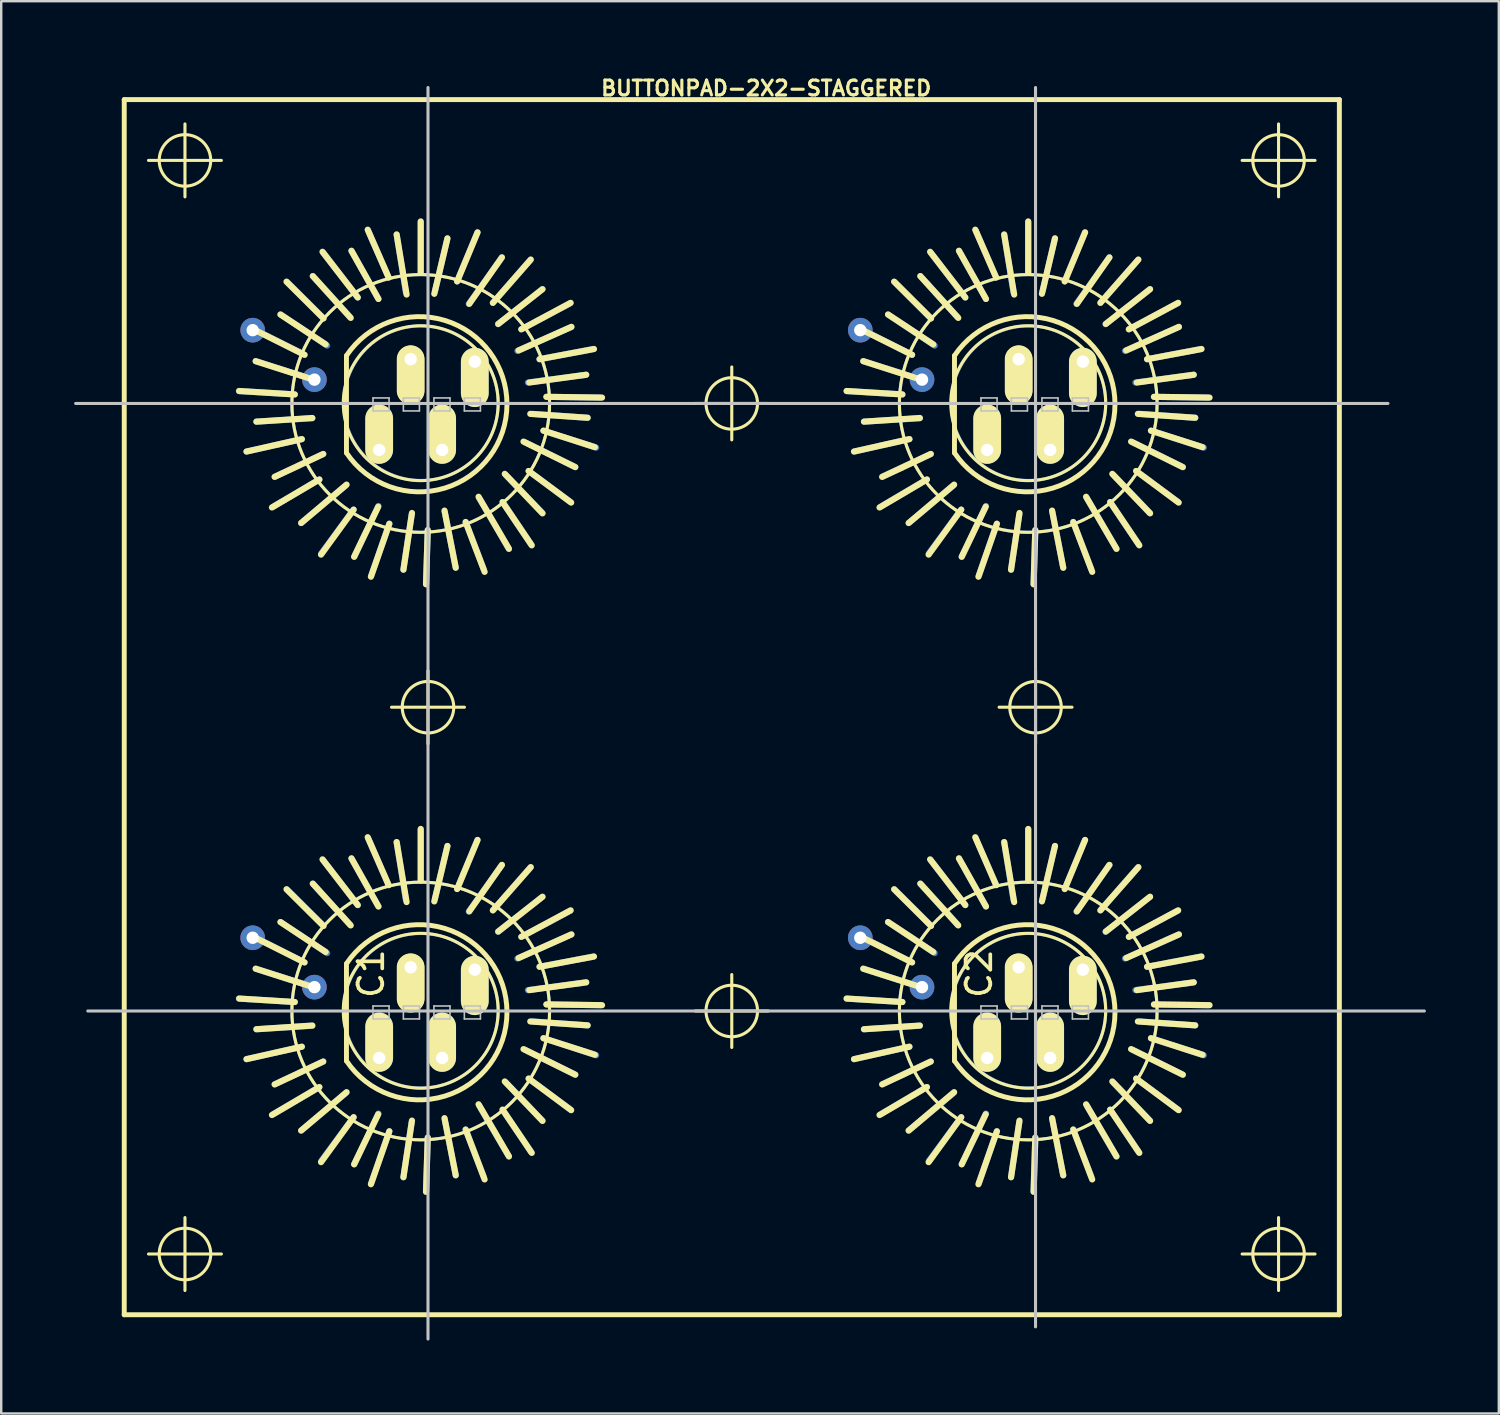
<source format=kicad_pcb>
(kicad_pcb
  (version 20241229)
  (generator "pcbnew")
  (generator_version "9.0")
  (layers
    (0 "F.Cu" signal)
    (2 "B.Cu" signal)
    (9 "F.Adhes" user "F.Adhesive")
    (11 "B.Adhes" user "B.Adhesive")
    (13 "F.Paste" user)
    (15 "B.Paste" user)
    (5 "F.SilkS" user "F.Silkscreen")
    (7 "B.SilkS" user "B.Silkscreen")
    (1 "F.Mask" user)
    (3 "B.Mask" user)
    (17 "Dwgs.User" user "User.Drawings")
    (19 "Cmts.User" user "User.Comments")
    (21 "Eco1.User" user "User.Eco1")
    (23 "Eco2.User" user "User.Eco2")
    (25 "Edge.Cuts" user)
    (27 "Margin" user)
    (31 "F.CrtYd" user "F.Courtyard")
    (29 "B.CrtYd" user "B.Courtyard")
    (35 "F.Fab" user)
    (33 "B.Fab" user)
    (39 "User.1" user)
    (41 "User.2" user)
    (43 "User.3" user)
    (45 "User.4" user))
  (footprint "BUTTONPAD-2X2-STAGGERED"
    (layer "F.Cu")
    (at 2.062 51.049)
    (property "Reference" "BUTTONPAD-2X2-STAGGERED" (at 26.416 -50.47 0) (layer "F.SilkS") (effects (font (size 0.61 0.61) (thickness 0.127))))
    (attr exclude_from_pos_files exclude_from_bom)
    (fp_line (start 4.719 -38.009) (end 7.018 -37.869) (stroke (width 0.254) (type solid)) (layer "B.Cu"))
    (fp_line (start 4.719 -13.01) (end 7.018 -12.868) (stroke (width 0.254) (type solid)) (layer "B.Cu"))
    (fp_line (start 5.039 -35.519) (end 7.308 -36.03) (stroke (width 0.254) (type solid)) (layer "B.Cu"))
    (fp_line (start 5.039 -10.518) (end 7.308 -11.029) (stroke (width 0.254) (type solid)) (layer "B.Cu"))
    (fp_line (start 5.359 -40.538) (end 7.419 -39.5) (stroke (width 0.254) (type solid)) (layer "B.Cu"))
    (fp_line (start 5.359 -15.54) (end 7.419 -14.498) (stroke (width 0.254) (type solid)) (layer "B.Cu"))
    (fp_line (start 6.129 -33.249) (end 8.029 -34.369) (stroke (width 0.254) (type solid)) (layer "B.Cu"))
    (fp_line (start 6.129 -8.25) (end 8.029 -9.368) (stroke (width 0.254) (type solid)) (layer "B.Cu"))
    (fp_line (start 6.698 -42.499) (end 8.199 -40.998) (stroke (width 0.254) (type solid)) (layer "B.Cu"))
    (fp_line (start 6.698 -17.498) (end 8.199 -15.999) (stroke (width 0.254) (type solid)) (layer "B.Cu"))
    (fp_line (start 7.739 -38.499) (end 5.408 -39.238) (stroke (width 0.254) (type solid)) (layer "B.Cu"))
    (fp_line (start 7.739 -36.888) (end 5.438 -36.749) (stroke (width 0.254) (type solid)) (layer "B.Cu"))
    (fp_line (start 7.739 -13.498) (end 5.408 -14.239) (stroke (width 0.254) (type solid)) (layer "B.Cu"))
    (fp_line (start 7.739 -11.89) (end 5.438 -11.748) (stroke (width 0.254) (type solid)) (layer "B.Cu"))
    (fp_line (start 8.108 -31.328) (end 9.439 -33.129) (stroke (width 0.254) (type solid)) (layer "B.Cu"))
    (fp_line (start 8.108 -6.33) (end 9.439 -8.128) (stroke (width 0.254) (type solid)) (layer "B.Cu"))
    (fp_line (start 8.189 -43.698) (end 9.609 -41.859) (stroke (width 0.254) (type solid)) (layer "B.Cu"))
    (fp_line (start 8.189 -35.418) (end 6.19 -34.478) (stroke (width 0.254) (type solid)) (layer "B.Cu"))
    (fp_line (start 8.189 -18.699) (end 9.609 -16.858) (stroke (width 0.254) (type solid)) (layer "B.Cu"))
    (fp_line (start 8.189 -10.419) (end 6.19 -9.479) (stroke (width 0.254) (type solid)) (layer "B.Cu"))
    (fp_line (start 8.349 -39.878) (end 6.429 -41.158) (stroke (width 0.254) (type solid)) (layer "B.Cu"))
    (fp_line (start 8.349 -14.879) (end 6.429 -16.159) (stroke (width 0.254) (type solid)) (layer "B.Cu"))
    (fp_line (start 9.129 -34.13) (end 7.28 -32.578) (stroke (width 0.254) (type solid)) (layer "B.Cu"))
    (fp_line (start 9.129 -9.129) (end 7.28 -7.579) (stroke (width 0.254) (type solid)) (layer "B.Cu"))
    (fp_line (start 9.289 -41.049) (end 7.76 -42.738) (stroke (width 0.254) (type solid)) (layer "B.Cu"))
    (fp_line (start 9.289 -16.048) (end 7.76 -17.739) (stroke (width 0.254) (type solid)) (layer "B.Cu"))
    (fp_line (start 10.038 -44.607) (end 10.879 -42.68) (stroke (width 0.254) (type solid)) (layer "B.Cu"))
    (fp_line (start 10.038 -19.609) (end 10.879 -17.678) (stroke (width 0.254) (type solid)) (layer "B.Cu"))
    (fp_line (start 10.168 -30.419) (end 10.909 -32.548) (stroke (width 0.254) (type solid)) (layer "B.Cu"))
    (fp_line (start 10.168 -5.418) (end 10.909 -7.549) (stroke (width 0.254) (type solid)) (layer "B.Cu"))
    (fp_line (start 10.46 -41.798) (end 9.35 -43.779) (stroke (width 0.254) (type solid)) (layer "B.Cu"))
    (fp_line (start 10.46 -33.279) (end 9.469 -31.189) (stroke (width 0.254) (type solid)) (layer "B.Cu"))
    (fp_line (start 10.46 -16.8) (end 9.35 -18.778) (stroke (width 0.254) (type solid)) (layer "B.Cu"))
    (fp_line (start 10.46 -8.278) (end 9.469 -6.19) (stroke (width 0.254) (type solid)) (layer "B.Cu"))
    (fp_line (start 10.49 -35.585) (end 10.49 -36.881) (stroke (width 1.143) (type solid)) (layer "B.Cu"))
    (fp_line (start 10.49 -10.566) (end 10.49 -11.862) (stroke (width 1.143) (type solid)) (layer "B.Cu"))
    (fp_line (start 11.587 -42.067) (end 11.209 -44.45) (stroke (width 0.254) (type solid)) (layer "B.Cu"))
    (fp_line (start 11.587 -17.069) (end 11.209 -19.449) (stroke (width 0.254) (type solid)) (layer "B.Cu"))
    (fp_line (start 11.829 -32.929) (end 11.488 -30.658) (stroke (width 0.254) (type solid)) (layer "B.Cu"))
    (fp_line (start 11.829 -7.93) (end 11.488 -5.659) (stroke (width 0.254) (type solid)) (layer "B.Cu"))
    (fp_line (start 12.2 -44.958) (end 12.2 -42.868) (stroke (width 0.254) (type solid)) (layer "B.Cu"))
    (fp_line (start 12.2 -19.959) (end 12.2 -17.869) (stroke (width 0.254) (type solid)) (layer "B.Cu"))
    (fp_line (start 12.418 -30.058) (end 12.489 -32.288) (stroke (width 0.254) (type solid)) (layer "B.Cu"))
    (fp_line (start 12.418 -5.06) (end 12.489 -7.29) (stroke (width 0.254) (type solid)) (layer "B.Cu"))
    (fp_line (start 12.789 -42.118) (end 13.299 -44.29) (stroke (width 0.254) (type solid)) (layer "B.Cu"))
    (fp_line (start 12.789 -17.12) (end 13.299 -19.289) (stroke (width 0.254) (type solid)) (layer "B.Cu"))
    (fp_line (start 13.081 -35.585) (end 13.081 -36.881) (stroke (width 1.143) (type solid)) (layer "B.Cu"))
    (fp_line (start 13.081 -10.566) (end 13.081 -11.862) (stroke (width 1.143) (type solid)) (layer "B.Cu"))
    (fp_line (start 13.188 -33.038) (end 13.64 -30.739) (stroke (width 0.254) (type solid)) (layer "B.Cu"))
    (fp_line (start 13.188 -8.039) (end 13.64 -5.738) (stroke (width 0.254) (type solid)) (layer "B.Cu"))
    (fp_line (start 14.178 -41.59) (end 15.54 -43.508) (stroke (width 0.254) (type solid)) (layer "B.Cu"))
    (fp_line (start 14.178 -16.589) (end 15.54 -18.509) (stroke (width 0.254) (type solid)) (layer "B.Cu"))
    (fp_line (start 14.425 -37.922) (end 14.425 -39.218) (stroke (width 1.143) (type solid)) (layer "B.Cu"))
    (fp_line (start 14.425 -12.903) (end 14.425 -14.199) (stroke (width 1.143) (type solid)) (layer "B.Cu"))
    (fp_line (start 14.529 -44.529) (end 13.698 -42.52) (stroke (width 0.254) (type solid)) (layer "B.Cu"))
    (fp_line (start 14.529 -19.528) (end 13.698 -17.518) (stroke (width 0.254) (type solid)) (layer "B.Cu"))
    (fp_line (start 14.608 -33.599) (end 15.829 -31.509) (stroke (width 0.254) (type solid)) (layer "B.Cu"))
    (fp_line (start 14.608 -8.598) (end 15.829 -6.507) (stroke (width 0.254) (type solid)) (layer "B.Cu"))
    (fp_line (start 14.788 -30.688) (end 14.049 -32.619) (stroke (width 0.254) (type solid)) (layer "B.Cu"))
    (fp_line (start 14.788 -5.69) (end 14.049 -7.62) (stroke (width 0.254) (type solid)) (layer "B.Cu"))
    (fp_line (start 15.38 -40.759) (end 17.209 -42.2) (stroke (width 0.254) (type solid)) (layer "B.Cu"))
    (fp_line (start 15.38 -15.758) (end 17.209 -17.198) (stroke (width 0.254) (type solid)) (layer "B.Cu"))
    (fp_line (start 15.7 -34.559) (end 17.209 -32.979) (stroke (width 0.254) (type solid)) (layer "B.Cu"))
    (fp_line (start 15.7 -9.558) (end 17.209 -7.978) (stroke (width 0.254) (type solid)) (layer "B.Cu"))
    (fp_line (start 16.18 -39.66) (end 18.4 -40.648) (stroke (width 0.254) (type solid)) (layer "B.Cu"))
    (fp_line (start 16.18 -14.658) (end 18.4 -15.649) (stroke (width 0.254) (type solid)) (layer "B.Cu"))
    (fp_line (start 16.5 -35.898) (end 18.56 -34.879) (stroke (width 0.254) (type solid)) (layer "B.Cu"))
    (fp_line (start 16.5 -10.899) (end 18.56 -9.878) (stroke (width 0.254) (type solid)) (layer "B.Cu"))
    (fp_line (start 16.609 -38.359) (end 19.009 -38.679) (stroke (width 0.254) (type solid)) (layer "B.Cu"))
    (fp_line (start 16.609 -13.358) (end 19.009 -13.678) (stroke (width 0.254) (type solid)) (layer "B.Cu"))
    (fp_line (start 16.718 -43.409) (end 15.169 -41.638) (stroke (width 0.254) (type solid)) (layer "B.Cu"))
    (fp_line (start 16.718 -18.41) (end 15.169 -16.64) (stroke (width 0.254) (type solid)) (layer "B.Cu"))
    (fp_line (start 16.739 -31.699) (end 15.568 -33.439) (stroke (width 0.254) (type solid)) (layer "B.Cu"))
    (fp_line (start 16.739 -6.698) (end 15.568 -8.438) (stroke (width 0.254) (type solid)) (layer "B.Cu"))
    (fp_line (start 16.8 -37.069) (end 19.068 -36.909) (stroke (width 0.254) (type solid)) (layer "B.Cu"))
    (fp_line (start 16.8 -12.068) (end 19.068 -11.908) (stroke (width 0.254) (type solid)) (layer "B.Cu"))
    (fp_line (start 18.349 -41.618) (end 16.34 -40.549) (stroke (width 0.254) (type solid)) (layer "B.Cu"))
    (fp_line (start 18.349 -16.619) (end 16.34 -15.55) (stroke (width 0.254) (type solid)) (layer "B.Cu"))
    (fp_line (start 18.369 -33.439) (end 16.64 -34.719) (stroke (width 0.254) (type solid)) (layer "B.Cu"))
    (fp_line (start 18.369 -8.438) (end 16.64 -9.718) (stroke (width 0.254) (type solid)) (layer "B.Cu"))
    (fp_line (start 19.309 -39.738) (end 17.089 -39.319) (stroke (width 0.254) (type solid)) (layer "B.Cu"))
    (fp_line (start 19.309 -14.74) (end 17.089 -14.318) (stroke (width 0.254) (type solid)) (layer "B.Cu"))
    (fp_line (start 19.418 -35.679) (end 17.249 -36.378) (stroke (width 0.254) (type solid)) (layer "B.Cu"))
    (fp_line (start 19.418 -10.678) (end 17.249 -11.379) (stroke (width 0.254) (type solid)) (layer "B.Cu"))
    (fp_line (start 19.578 -37.739) (end 17.379 -37.77) (stroke (width 0.254) (type solid)) (layer "B.Cu"))
    (fp_line (start 19.578 -12.738) (end 17.379 -12.769) (stroke (width 0.254) (type solid)) (layer "B.Cu"))
    (fp_line (start 29.718 -38.009) (end 32.019 -37.869) (stroke (width 0.254) (type solid)) (layer "B.Cu"))
    (fp_line (start 29.718 -13.01) (end 32.019 -12.868) (stroke (width 0.254) (type solid)) (layer "B.Cu"))
    (fp_line (start 30.038 -35.519) (end 32.309 -36.03) (stroke (width 0.254) (type solid)) (layer "B.Cu"))
    (fp_line (start 30.038 -10.518) (end 32.309 -11.029) (stroke (width 0.254) (type solid)) (layer "B.Cu"))
    (fp_line (start 30.358 -40.538) (end 32.418 -39.5) (stroke (width 0.254) (type solid)) (layer "B.Cu"))
    (fp_line (start 30.358 -15.54) (end 32.418 -14.498) (stroke (width 0.254) (type solid)) (layer "B.Cu"))
    (fp_line (start 31.128 -33.249) (end 33.028 -34.369) (stroke (width 0.254) (type solid)) (layer "B.Cu"))
    (fp_line (start 31.128 -8.25) (end 33.028 -9.368) (stroke (width 0.254) (type solid)) (layer "B.Cu"))
    (fp_line (start 31.699 -42.499) (end 33.198 -40.998) (stroke (width 0.254) (type solid)) (layer "B.Cu"))
    (fp_line (start 31.699 -17.498) (end 33.198 -15.999) (stroke (width 0.254) (type solid)) (layer "B.Cu"))
    (fp_line (start 32.738 -38.499) (end 30.409 -39.238) (stroke (width 0.254) (type solid)) (layer "B.Cu"))
    (fp_line (start 32.738 -36.888) (end 30.439 -36.749) (stroke (width 0.254) (type solid)) (layer "B.Cu"))
    (fp_line (start 32.738 -13.498) (end 30.409 -14.239) (stroke (width 0.254) (type solid)) (layer "B.Cu"))
    (fp_line (start 32.738 -11.89) (end 30.439 -11.748) (stroke (width 0.254) (type solid)) (layer "B.Cu"))
    (fp_line (start 33.109 -31.328) (end 34.44 -33.129) (stroke (width 0.254) (type solid)) (layer "B.Cu"))
    (fp_line (start 33.109 -6.33) (end 34.44 -8.128) (stroke (width 0.254) (type solid)) (layer "B.Cu"))
    (fp_line (start 33.188 -43.698) (end 34.608 -41.859) (stroke (width 0.254) (type solid)) (layer "B.Cu"))
    (fp_line (start 33.188 -35.418) (end 31.189 -34.478) (stroke (width 0.254) (type solid)) (layer "B.Cu"))
    (fp_line (start 33.188 -18.699) (end 34.608 -16.858) (stroke (width 0.254) (type solid)) (layer "B.Cu"))
    (fp_line (start 33.188 -10.419) (end 31.189 -9.479) (stroke (width 0.254) (type solid)) (layer "B.Cu"))
    (fp_line (start 33.348 -39.878) (end 31.43 -41.158) (stroke (width 0.254) (type solid)) (layer "B.Cu"))
    (fp_line (start 33.348 -14.879) (end 31.43 -16.159) (stroke (width 0.254) (type solid)) (layer "B.Cu"))
    (fp_line (start 34.13 -34.13) (end 32.278 -32.578) (stroke (width 0.254) (type solid)) (layer "B.Cu"))
    (fp_line (start 34.13 -9.129) (end 32.278 -7.579) (stroke (width 0.254) (type solid)) (layer "B.Cu"))
    (fp_line (start 34.29 -41.049) (end 32.758 -42.738) (stroke (width 0.254) (type solid)) (layer "B.Cu"))
    (fp_line (start 34.29 -16.048) (end 32.758 -17.739) (stroke (width 0.254) (type solid)) (layer "B.Cu"))
    (fp_line (start 35.039 -44.607) (end 35.877 -42.68) (stroke (width 0.254) (type solid)) (layer "B.Cu"))
    (fp_line (start 35.039 -19.609) (end 35.877 -17.678) (stroke (width 0.254) (type solid)) (layer "B.Cu"))
    (fp_line (start 35.169 -30.419) (end 35.908 -32.548) (stroke (width 0.254) (type solid)) (layer "B.Cu"))
    (fp_line (start 35.169 -5.418) (end 35.908 -7.549) (stroke (width 0.254) (type solid)) (layer "B.Cu"))
    (fp_line (start 35.458 -41.798) (end 34.348 -43.779) (stroke (width 0.254) (type solid)) (layer "B.Cu"))
    (fp_line (start 35.458 -33.279) (end 34.468 -31.189) (stroke (width 0.254) (type solid)) (layer "B.Cu"))
    (fp_line (start 35.458 -16.8) (end 34.348 -18.778) (stroke (width 0.254) (type solid)) (layer "B.Cu"))
    (fp_line (start 35.458 -8.278) (end 34.468 -6.19) (stroke (width 0.254) (type solid)) (layer "B.Cu"))
    (fp_line (start 35.509 -35.585) (end 35.509 -36.881) (stroke (width 1.143) (type solid)) (layer "B.Cu"))
    (fp_line (start 35.509 -10.566) (end 35.509 -11.862) (stroke (width 1.143) (type solid)) (layer "B.Cu"))
    (fp_line (start 36.589 -42.067) (end 36.208 -44.45) (stroke (width 0.254) (type solid)) (layer "B.Cu"))
    (fp_line (start 36.589 -17.069) (end 36.208 -19.449) (stroke (width 0.254) (type solid)) (layer "B.Cu"))
    (fp_line (start 36.83 -32.929) (end 36.49 -30.658) (stroke (width 0.254) (type solid)) (layer "B.Cu"))
    (fp_line (start 36.83 -7.93) (end 36.49 -5.659) (stroke (width 0.254) (type solid)) (layer "B.Cu"))
    (fp_line (start 37.198 -44.958) (end 37.198 -42.868) (stroke (width 0.254) (type solid)) (layer "B.Cu"))
    (fp_line (start 37.198 -19.959) (end 37.198 -17.869) (stroke (width 0.254) (type solid)) (layer "B.Cu"))
    (fp_line (start 37.419 -30.058) (end 37.488 -32.288) (stroke (width 0.254) (type solid)) (layer "B.Cu"))
    (fp_line (start 37.419 -5.06) (end 37.488 -7.29) (stroke (width 0.254) (type solid)) (layer "B.Cu"))
    (fp_line (start 37.788 -42.118) (end 38.298 -44.29) (stroke (width 0.254) (type solid)) (layer "B.Cu"))
    (fp_line (start 37.788 -17.12) (end 38.298 -19.289) (stroke (width 0.254) (type solid)) (layer "B.Cu"))
    (fp_line (start 38.1 -35.585) (end 38.1 -36.881) (stroke (width 1.143) (type solid)) (layer "B.Cu"))
    (fp_line (start 38.1 -10.566) (end 38.1 -11.862) (stroke (width 1.143) (type solid)) (layer "B.Cu"))
    (fp_line (start 38.189 -33.038) (end 38.638 -30.739) (stroke (width 0.254) (type solid)) (layer "B.Cu"))
    (fp_line (start 38.189 -8.039) (end 38.638 -5.738) (stroke (width 0.254) (type solid)) (layer "B.Cu"))
    (fp_line (start 39.179 -41.59) (end 40.538 -43.508) (stroke (width 0.254) (type solid)) (layer "B.Cu"))
    (fp_line (start 39.179 -16.589) (end 40.538 -18.509) (stroke (width 0.254) (type solid)) (layer "B.Cu"))
    (fp_line (start 39.446 -37.922) (end 39.446 -39.218) (stroke (width 1.143) (type solid)) (layer "B.Cu"))
    (fp_line (start 39.446 -12.903) (end 39.446 -14.199) (stroke (width 1.143) (type solid)) (layer "B.Cu"))
    (fp_line (start 39.527 -44.529) (end 38.699 -42.52) (stroke (width 0.254) (type solid)) (layer "B.Cu"))
    (fp_line (start 39.527 -19.528) (end 38.699 -17.518) (stroke (width 0.254) (type solid)) (layer "B.Cu"))
    (fp_line (start 39.609 -33.599) (end 40.828 -31.509) (stroke (width 0.254) (type solid)) (layer "B.Cu"))
    (fp_line (start 39.609 -8.598) (end 40.828 -6.507) (stroke (width 0.254) (type solid)) (layer "B.Cu"))
    (fp_line (start 39.789 -30.688) (end 39.05 -32.619) (stroke (width 0.254) (type solid)) (layer "B.Cu"))
    (fp_line (start 39.789 -5.69) (end 39.05 -7.62) (stroke (width 0.254) (type solid)) (layer "B.Cu"))
    (fp_line (start 40.378 -40.759) (end 42.21 -42.2) (stroke (width 0.254) (type solid)) (layer "B.Cu"))
    (fp_line (start 40.378 -15.758) (end 42.21 -17.198) (stroke (width 0.254) (type solid)) (layer "B.Cu"))
    (fp_line (start 40.698 -34.559) (end 42.21 -32.979) (stroke (width 0.254) (type solid)) (layer "B.Cu"))
    (fp_line (start 40.698 -9.558) (end 42.21 -7.978) (stroke (width 0.254) (type solid)) (layer "B.Cu"))
    (fp_line (start 41.178 -39.66) (end 43.398 -40.648) (stroke (width 0.254) (type solid)) (layer "B.Cu"))
    (fp_line (start 41.178 -14.658) (end 43.398 -15.649) (stroke (width 0.254) (type solid)) (layer "B.Cu"))
    (fp_line (start 41.499 -35.898) (end 43.558 -34.879) (stroke (width 0.254) (type solid)) (layer "B.Cu"))
    (fp_line (start 41.499 -10.899) (end 43.558 -9.878) (stroke (width 0.254) (type solid)) (layer "B.Cu"))
    (fp_line (start 41.608 -38.359) (end 44.008 -38.679) (stroke (width 0.254) (type solid)) (layer "B.Cu"))
    (fp_line (start 41.608 -13.358) (end 44.008 -13.678) (stroke (width 0.254) (type solid)) (layer "B.Cu"))
    (fp_line (start 41.719 -43.409) (end 40.168 -41.638) (stroke (width 0.254) (type solid)) (layer "B.Cu"))
    (fp_line (start 41.719 -18.41) (end 40.168 -16.64) (stroke (width 0.254) (type solid)) (layer "B.Cu"))
    (fp_line (start 41.74 -31.699) (end 40.569 -33.439) (stroke (width 0.254) (type solid)) (layer "B.Cu"))
    (fp_line (start 41.74 -6.698) (end 40.569 -8.438) (stroke (width 0.254) (type solid)) (layer "B.Cu"))
    (fp_line (start 41.798 -37.069) (end 44.069 -36.909) (stroke (width 0.254) (type solid)) (layer "B.Cu"))
    (fp_line (start 41.798 -12.068) (end 44.069 -11.908) (stroke (width 0.254) (type solid)) (layer "B.Cu"))
    (fp_line (start 43.348 -41.618) (end 41.339 -40.549) (stroke (width 0.254) (type solid)) (layer "B.Cu"))
    (fp_line (start 43.348 -16.619) (end 41.339 -15.55) (stroke (width 0.254) (type solid)) (layer "B.Cu"))
    (fp_line (start 43.368 -33.439) (end 41.638 -34.719) (stroke (width 0.254) (type solid)) (layer "B.Cu"))
    (fp_line (start 43.368 -8.438) (end 41.638 -9.718) (stroke (width 0.254) (type solid)) (layer "B.Cu"))
    (fp_line (start 44.308 -39.738) (end 42.088 -39.319) (stroke (width 0.254) (type solid)) (layer "B.Cu"))
    (fp_line (start 44.308 -14.74) (end 42.088 -14.318) (stroke (width 0.254) (type solid)) (layer "B.Cu"))
    (fp_line (start 44.42 -35.679) (end 42.248 -36.378) (stroke (width 0.254) (type solid)) (layer "B.Cu"))
    (fp_line (start 44.42 -10.678) (end 42.248 -11.379) (stroke (width 0.254) (type solid)) (layer "B.Cu"))
    (fp_line (start 44.58 -37.739) (end 42.38 -37.77) (stroke (width 0.254) (type solid)) (layer "B.Cu"))
    (fp_line (start 44.58 -12.738) (end 42.38 -12.769) (stroke (width 0.254) (type solid)) (layer "B.Cu"))
    (fp_circle (center 12.2 -37.498) (end 15.949 -41.247) (stroke (width 0.127) (type solid)) (fill no) (layer "B.Cu"))
    (fp_circle (center 12.2 -12.499) (end 15.949 -16.248) (stroke (width 0.127) (type solid)) (fill no) (layer "B.Cu"))
    (fp_circle (center 12.21 -37.508) (end 14.458 -39.756) (stroke (width 0.127) (type solid)) (fill no) (layer "B.Cu"))
    (fp_circle (center 12.21 -12.509) (end 14.458 -14.757) (stroke (width 0.127) (type solid)) (fill no) (layer "B.Cu"))
    (fp_circle (center 37.198 -37.498) (end 40.947 -41.247) (stroke (width 0.127) (type solid)) (fill no) (layer "B.Cu"))
    (fp_circle (center 37.198 -12.499) (end 40.947 -16.248) (stroke (width 0.127) (type solid)) (fill no) (layer "B.Cu"))
    (fp_circle (center 37.208 -37.508) (end 39.456 -39.756) (stroke (width 0.127) (type solid)) (fill no) (layer "B.Cu"))
    (fp_circle (center 37.208 -12.509) (end 39.456 -14.757) (stroke (width 0.127) (type solid)) (fill no) (layer "B.Cu"))
    (fp_line (start 0 -50) (end 50 -50) (stroke (width 0.203) (type solid)) (layer "F.SilkS"))
    (fp_line (start 0 0) (end 0 -50) (stroke (width 0.203) (type solid)) (layer "F.SilkS"))
    (fp_line (start 0.998 -47.498) (end 3.998 -47.498) (stroke (width 0.127) (type solid)) (layer "F.SilkS"))
    (fp_line (start 0.998 -2.499) (end 3.998 -2.499) (stroke (width 0.127) (type solid)) (layer "F.SilkS"))
    (fp_line (start 2.499 -45.999) (end 2.499 -48.999) (stroke (width 0.127) (type solid)) (layer "F.SilkS"))
    (fp_line (start 2.499 -0.998) (end 2.499 -3.998) (stroke (width 0.127) (type solid)) (layer "F.SilkS"))
    (fp_line (start 4.729 -38.009) (end 7.018 -37.869) (stroke (width 0.254) (type solid)) (layer "F.SilkS"))
    (fp_line (start 4.729 -13.01) (end 7.018 -12.868) (stroke (width 0.254) (type solid)) (layer "F.SilkS"))
    (fp_line (start 5.359 -40.528) (end 7.419 -39.5) (stroke (width 0.254) (type solid)) (layer "F.SilkS"))
    (fp_line (start 5.359 -15.53) (end 7.419 -14.498) (stroke (width 0.254) (type solid)) (layer "F.SilkS"))
    (fp_line (start 5.408 -39.238) (end 7.777 -38.478) (stroke (width 0.254) (type solid)) (layer "F.SilkS"))
    (fp_line (start 5.408 -14.239) (end 7.777 -13.48) (stroke (width 0.254) (type solid)) (layer "F.SilkS"))
    (fp_line (start 5.438 -36.749) (end 7.739 -36.899) (stroke (width 0.254) (type solid)) (layer "F.SilkS"))
    (fp_line (start 5.438 -11.748) (end 7.739 -11.9) (stroke (width 0.254) (type solid)) (layer "F.SilkS"))
    (fp_line (start 6.078 -33.218) (end 8.029 -34.369) (stroke (width 0.254) (type solid)) (layer "F.SilkS"))
    (fp_line (start 6.078 -8.219) (end 8.029 -9.368) (stroke (width 0.254) (type solid)) (layer "F.SilkS"))
    (fp_line (start 6.19 -34.478) (end 8.189 -35.418) (stroke (width 0.254) (type solid)) (layer "F.SilkS"))
    (fp_line (start 6.19 -9.479) (end 8.189 -10.419) (stroke (width 0.254) (type solid)) (layer "F.SilkS"))
    (fp_line (start 6.429 -41.158) (end 8.288 -39.929) (stroke (width 0.254) (type solid)) (layer "F.SilkS"))
    (fp_line (start 6.429 -16.159) (end 8.288 -14.928) (stroke (width 0.254) (type solid)) (layer "F.SilkS"))
    (fp_line (start 6.678 -42.509) (end 8.199 -40.998) (stroke (width 0.254) (type solid)) (layer "F.SilkS"))
    (fp_line (start 6.678 -17.508) (end 8.199 -15.999) (stroke (width 0.254) (type solid)) (layer "F.SilkS"))
    (fp_line (start 7.308 -36.03) (end 5.029 -35.519) (stroke (width 0.254) (type solid)) (layer "F.SilkS"))
    (fp_line (start 7.308 -11.029) (end 5.029 -10.518) (stroke (width 0.254) (type solid)) (layer "F.SilkS"))
    (fp_line (start 7.76 -42.738) (end 9.319 -41.018) (stroke (width 0.254) (type solid)) (layer "F.SilkS"))
    (fp_line (start 7.76 -17.739) (end 9.319 -16.02) (stroke (width 0.254) (type solid)) (layer "F.SilkS"))
    (fp_line (start 8.158 -43.739) (end 9.609 -41.859) (stroke (width 0.254) (type solid)) (layer "F.SilkS"))
    (fp_line (start 8.158 -18.738) (end 9.609 -16.858) (stroke (width 0.254) (type solid)) (layer "F.SilkS"))
    (fp_line (start 9.144 -39.464) (end 9.144 -35.463) (stroke (width 0.203) (type solid)) (layer "F.SilkS"))
    (fp_line (start 9.144 -14.445) (end 9.144 -10.444) (stroke (width 0.203) (type solid)) (layer "F.SilkS"))
    (fp_line (start 9.149 -34.158) (end 7.28 -32.578) (stroke (width 0.254) (type solid)) (layer "F.SilkS"))
    (fp_line (start 9.149 -9.159) (end 7.28 -7.579) (stroke (width 0.254) (type solid)) (layer "F.SilkS"))
    (fp_line (start 9.35 -43.779) (end 10.46 -41.798) (stroke (width 0.254) (type solid)) (layer "F.SilkS"))
    (fp_line (start 9.35 -18.778) (end 10.46 -16.8) (stroke (width 0.254) (type solid)) (layer "F.SilkS"))
    (fp_line (start 9.439 -33.129) (end 8.098 -31.278) (stroke (width 0.254) (type solid)) (layer "F.SilkS"))
    (fp_line (start 9.439 -8.128) (end 8.098 -6.279) (stroke (width 0.254) (type solid)) (layer "F.SilkS"))
    (fp_line (start 9.459 -31.189) (end 10.45 -33.249) (stroke (width 0.254) (type solid)) (layer "F.SilkS"))
    (fp_line (start 9.459 -6.19) (end 10.45 -8.25) (stroke (width 0.254) (type solid)) (layer "F.SilkS"))
    (fp_line (start 10.033 -36.881) (end 10.947 -36.881) (stroke (width 0.127) (type solid)) (layer "F.SilkS"))
    (fp_line (start 10.033 -11.862) (end 10.947 -11.862) (stroke (width 0.127) (type solid)) (layer "F.SilkS"))
    (fp_line (start 10.49 -36.424) (end 10.49 -37.338) (stroke (width 0.127) (type solid)) (layer "F.SilkS"))
    (fp_line (start 10.49 -35.585) (end 10.49 -36.881) (stroke (width 1.143) (type solid)) (layer "F.SilkS"))
    (fp_line (start 10.49 -11.405) (end 10.49 -12.319) (stroke (width 0.127) (type solid)) (layer "F.SilkS"))
    (fp_line (start 10.49 -10.566) (end 10.49 -11.862) (stroke (width 1.143) (type solid)) (layer "F.SilkS"))
    (fp_line (start 10.879 -42.68) (end 10.018 -44.648) (stroke (width 0.254) (type solid)) (layer "F.SilkS"))
    (fp_line (start 10.879 -17.678) (end 10.018 -19.649) (stroke (width 0.254) (type solid)) (layer "F.SilkS"))
    (fp_line (start 10.909 -32.548) (end 10.15 -30.368) (stroke (width 0.254) (type solid)) (layer "F.SilkS"))
    (fp_line (start 10.909 -7.549) (end 10.15 -5.37) (stroke (width 0.254) (type solid)) (layer "F.SilkS"))
    (fp_line (start 10.998 -24.999) (end 13.998 -24.999) (stroke (width 0.127) (type solid)) (layer "F.SilkS"))
    (fp_line (start 11.328 -38.024) (end 12.243 -38.024) (stroke (width 0.127) (type solid)) (layer "F.SilkS"))
    (fp_line (start 11.328 -13.005) (end 12.243 -13.005) (stroke (width 0.127) (type solid)) (layer "F.SilkS"))
    (fp_line (start 11.488 -30.658) (end 11.839 -32.99) (stroke (width 0.254) (type solid)) (layer "F.SilkS"))
    (fp_line (start 11.488 -5.659) (end 11.839 -7.988) (stroke (width 0.254) (type solid)) (layer "F.SilkS"))
    (fp_line (start 11.618 -41.979) (end 11.209 -44.45) (stroke (width 0.254) (type solid)) (layer "F.SilkS"))
    (fp_line (start 11.618 -16.98) (end 11.209 -19.449) (stroke (width 0.254) (type solid)) (layer "F.SilkS"))
    (fp_line (start 11.786 -38.024) (end 11.786 -39.319) (stroke (width 1.118) (type solid)) (layer "F.SilkS"))
    (fp_line (start 11.786 -38.024) (end 11.786 -39.319) (stroke (width 1.143) (type solid)) (layer "F.SilkS"))
    (fp_line (start 11.786 -37.567) (end 11.786 -38.478) (stroke (width 0.127) (type solid)) (layer "F.SilkS"))
    (fp_line (start 11.786 -13.005) (end 11.786 -14.298) (stroke (width 1.118) (type solid)) (layer "F.SilkS"))
    (fp_line (start 11.786 -13.005) (end 11.786 -14.298) (stroke (width 1.143) (type solid)) (layer "F.SilkS"))
    (fp_line (start 11.786 -12.548) (end 11.786 -13.462) (stroke (width 0.127) (type solid)) (layer "F.SilkS"))
    (fp_line (start 12.2 -42.868) (end 12.2 -44.988) (stroke (width 0.254) (type solid)) (layer "F.SilkS"))
    (fp_line (start 12.2 -17.869) (end 12.2 -19.99) (stroke (width 0.254) (type solid)) (layer "F.SilkS"))
    (fp_line (start 12.489 -32.288) (end 12.418 -30.058) (stroke (width 0.254) (type solid)) (layer "F.SilkS"))
    (fp_line (start 12.489 -7.29) (end 12.418 -5.06) (stroke (width 0.254) (type solid)) (layer "F.SilkS"))
    (fp_line (start 12.499 -23.498) (end 12.499 -26.5) (stroke (width 0.127) (type solid)) (layer "F.SilkS"))
    (fp_line (start 12.624 -36.881) (end 13.538 -36.881) (stroke (width 0.127) (type solid)) (layer "F.SilkS"))
    (fp_line (start 12.624 -11.862) (end 13.538 -11.862) (stroke (width 0.127) (type solid)) (layer "F.SilkS"))
    (fp_line (start 12.758 -42.009) (end 13.299 -44.29) (stroke (width 0.254) (type solid)) (layer "F.SilkS"))
    (fp_line (start 12.758 -17.008) (end 13.299 -19.289) (stroke (width 0.254) (type solid)) (layer "F.SilkS"))
    (fp_line (start 13.081 -36.424) (end 13.081 -37.338) (stroke (width 0.127) (type solid)) (layer "F.SilkS"))
    (fp_line (start 13.081 -35.585) (end 13.081 -36.881) (stroke (width 1.143) (type solid)) (layer "F.SilkS"))
    (fp_line (start 13.081 -11.405) (end 13.081 -12.319) (stroke (width 0.127) (type solid)) (layer "F.SilkS"))
    (fp_line (start 13.081 -10.566) (end 13.081 -11.862) (stroke (width 1.143) (type solid)) (layer "F.SilkS"))
    (fp_line (start 13.64 -30.739) (end 13.178 -33.089) (stroke (width 0.254) (type solid)) (layer "F.SilkS"))
    (fp_line (start 13.64 -5.738) (end 13.178 -8.09) (stroke (width 0.254) (type solid)) (layer "F.SilkS"))
    (fp_line (start 13.698 -42.52) (end 14.539 -44.539) (stroke (width 0.254) (type solid)) (layer "F.SilkS"))
    (fp_line (start 13.698 -17.518) (end 14.539 -19.538) (stroke (width 0.254) (type solid)) (layer "F.SilkS"))
    (fp_line (start 13.97 -37.922) (end 14.884 -37.922) (stroke (width 0.127) (type solid)) (layer "F.SilkS"))
    (fp_line (start 13.97 -12.903) (end 14.884 -12.903) (stroke (width 0.127) (type solid)) (layer "F.SilkS"))
    (fp_line (start 14.049 -32.619) (end 14.829 -30.569) (stroke (width 0.254) (type solid)) (layer "F.SilkS"))
    (fp_line (start 14.049 -7.62) (end 14.829 -5.568) (stroke (width 0.254) (type solid)) (layer "F.SilkS"))
    (fp_line (start 14.199 -41.598) (end 15.54 -43.508) (stroke (width 0.254) (type solid)) (layer "F.SilkS"))
    (fp_line (start 14.199 -16.599) (end 15.54 -18.509) (stroke (width 0.254) (type solid)) (layer "F.SilkS"))
    (fp_line (start 14.425 -37.922) (end 14.425 -39.218) (stroke (width 1.143) (type solid)) (layer "F.SilkS"))
    (fp_line (start 14.425 -37.465) (end 14.425 -38.377) (stroke (width 0.127) (type solid)) (layer "F.SilkS"))
    (fp_line (start 14.425 -12.903) (end 14.425 -14.199) (stroke (width 1.143) (type solid)) (layer "F.SilkS"))
    (fp_line (start 14.425 -12.446) (end 14.425 -13.36) (stroke (width 0.127) (type solid)) (layer "F.SilkS"))
    (fp_line (start 15.39 -40.77) (end 17.209 -42.2) (stroke (width 0.254) (type solid)) (layer "F.SilkS"))
    (fp_line (start 15.39 -15.768) (end 17.209 -17.198) (stroke (width 0.254) (type solid)) (layer "F.SilkS"))
    (fp_line (start 15.568 -33.439) (end 16.769 -31.659) (stroke (width 0.254) (type solid)) (layer "F.SilkS"))
    (fp_line (start 15.568 -8.438) (end 16.769 -6.66) (stroke (width 0.254) (type solid)) (layer "F.SilkS"))
    (fp_line (start 15.659 -34.6) (end 17.209 -32.979) (stroke (width 0.254) (type solid)) (layer "F.SilkS"))
    (fp_line (start 15.659 -9.599) (end 17.209 -7.978) (stroke (width 0.254) (type solid)) (layer "F.SilkS"))
    (fp_line (start 15.829 -31.519) (end 14.58 -33.658) (stroke (width 0.254) (type solid)) (layer "F.SilkS"))
    (fp_line (start 15.829 -6.518) (end 14.58 -8.659) (stroke (width 0.254) (type solid)) (layer "F.SilkS"))
    (fp_line (start 16.228 -39.68) (end 18.4 -40.648) (stroke (width 0.254) (type solid)) (layer "F.SilkS"))
    (fp_line (start 16.228 -14.679) (end 18.4 -15.649) (stroke (width 0.254) (type solid)) (layer "F.SilkS"))
    (fp_line (start 16.34 -40.549) (end 18.369 -41.638) (stroke (width 0.254) (type solid)) (layer "F.SilkS"))
    (fp_line (start 16.34 -15.55) (end 18.369 -16.64) (stroke (width 0.254) (type solid)) (layer "F.SilkS"))
    (fp_line (start 16.429 -35.928) (end 18.56 -34.879) (stroke (width 0.254) (type solid)) (layer "F.SilkS"))
    (fp_line (start 16.429 -10.93) (end 18.56 -9.878) (stroke (width 0.254) (type solid)) (layer "F.SilkS"))
    (fp_line (start 16.64 -34.719) (end 18.39 -33.419) (stroke (width 0.254) (type solid)) (layer "F.SilkS"))
    (fp_line (start 16.64 -9.718) (end 18.39 -8.418) (stroke (width 0.254) (type solid)) (layer "F.SilkS"))
    (fp_line (start 16.667 -38.359) (end 19.009 -38.679) (stroke (width 0.254) (type solid)) (layer "F.SilkS"))
    (fp_line (start 16.667 -13.358) (end 19.009 -13.678) (stroke (width 0.254) (type solid)) (layer "F.SilkS"))
    (fp_line (start 16.708 -37.069) (end 19.068 -36.909) (stroke (width 0.254) (type solid)) (layer "F.SilkS"))
    (fp_line (start 16.708 -12.068) (end 19.068 -11.908) (stroke (width 0.254) (type solid)) (layer "F.SilkS"))
    (fp_line (start 16.728 -43.419) (end 15.169 -41.638) (stroke (width 0.254) (type solid)) (layer "F.SilkS"))
    (fp_line (start 16.728 -18.418) (end 15.169 -16.64) (stroke (width 0.254) (type solid)) (layer "F.SilkS"))
    (fp_line (start 17.089 -39.319) (end 19.329 -39.738) (stroke (width 0.254) (type solid)) (layer "F.SilkS"))
    (fp_line (start 17.089 -14.318) (end 19.329 -14.74) (stroke (width 0.254) (type solid)) (layer "F.SilkS"))
    (fp_line (start 17.249 -36.378) (end 19.367 -35.7) (stroke (width 0.254) (type solid)) (layer "F.SilkS"))
    (fp_line (start 17.249 -11.379) (end 19.367 -10.698) (stroke (width 0.254) (type solid)) (layer "F.SilkS"))
    (fp_line (start 17.369 -37.77) (end 19.66 -37.739) (stroke (width 0.254) (type solid)) (layer "F.SilkS"))
    (fp_line (start 17.369 -12.769) (end 19.66 -12.738) (stroke (width 0.254) (type solid)) (layer "F.SilkS"))
    (fp_line (start 23.498 -37.498) (end 26.5 -37.498) (stroke (width 0.127) (type solid)) (layer "F.SilkS"))
    (fp_line (start 23.498 -12.499) (end 26.5 -12.499) (stroke (width 0.127) (type solid)) (layer "F.SilkS"))
    (fp_line (start 24.999 -35.999) (end 24.999 -38.999) (stroke (width 0.127) (type solid)) (layer "F.SilkS"))
    (fp_line (start 24.999 -10.998) (end 24.999 -13.998) (stroke (width 0.127) (type solid)) (layer "F.SilkS"))
    (fp_line (start 29.728 -38.009) (end 32.019 -37.869) (stroke (width 0.254) (type solid)) (layer "F.SilkS"))
    (fp_line (start 29.728 -13.01) (end 32.019 -12.868) (stroke (width 0.254) (type solid)) (layer "F.SilkS"))
    (fp_line (start 30.358 -40.528) (end 32.418 -39.5) (stroke (width 0.254) (type solid)) (layer "F.SilkS"))
    (fp_line (start 30.358 -15.53) (end 32.418 -14.498) (stroke (width 0.254) (type solid)) (layer "F.SilkS"))
    (fp_line (start 30.409 -39.238) (end 32.779 -38.478) (stroke (width 0.254) (type solid)) (layer "F.SilkS"))
    (fp_line (start 30.409 -14.239) (end 32.779 -13.48) (stroke (width 0.254) (type solid)) (layer "F.SilkS"))
    (fp_line (start 30.439 -36.749) (end 32.738 -36.899) (stroke (width 0.254) (type solid)) (layer "F.SilkS"))
    (fp_line (start 30.439 -11.748) (end 32.738 -11.9) (stroke (width 0.254) (type solid)) (layer "F.SilkS"))
    (fp_line (start 31.079 -33.218) (end 33.028 -34.369) (stroke (width 0.254) (type solid)) (layer "F.SilkS"))
    (fp_line (start 31.079 -8.219) (end 33.028 -9.368) (stroke (width 0.254) (type solid)) (layer "F.SilkS"))
    (fp_line (start 31.189 -34.478) (end 33.188 -35.418) (stroke (width 0.254) (type solid)) (layer "F.SilkS"))
    (fp_line (start 31.189 -9.479) (end 33.188 -10.419) (stroke (width 0.254) (type solid)) (layer "F.SilkS"))
    (fp_line (start 31.43 -41.158) (end 33.289 -39.929) (stroke (width 0.254) (type solid)) (layer "F.SilkS"))
    (fp_line (start 31.43 -16.159) (end 33.289 -14.928) (stroke (width 0.254) (type solid)) (layer "F.SilkS"))
    (fp_line (start 31.679 -42.509) (end 33.198 -40.998) (stroke (width 0.254) (type solid)) (layer "F.SilkS"))
    (fp_line (start 31.679 -17.508) (end 33.198 -15.999) (stroke (width 0.254) (type solid)) (layer "F.SilkS"))
    (fp_line (start 32.309 -36.03) (end 30.028 -35.519) (stroke (width 0.254) (type solid)) (layer "F.SilkS"))
    (fp_line (start 32.309 -11.029) (end 30.028 -10.518) (stroke (width 0.254) (type solid)) (layer "F.SilkS"))
    (fp_line (start 32.758 -42.738) (end 34.318 -41.018) (stroke (width 0.254) (type solid)) (layer "F.SilkS"))
    (fp_line (start 32.758 -17.739) (end 34.318 -16.02) (stroke (width 0.254) (type solid)) (layer "F.SilkS"))
    (fp_line (start 33.16 -43.739) (end 34.608 -41.859) (stroke (width 0.254) (type solid)) (layer "F.SilkS"))
    (fp_line (start 33.16 -18.738) (end 34.608 -16.858) (stroke (width 0.254) (type solid)) (layer "F.SilkS"))
    (fp_line (start 34.148 -34.158) (end 32.278 -32.578) (stroke (width 0.254) (type solid)) (layer "F.SilkS"))
    (fp_line (start 34.148 -9.159) (end 32.278 -7.579) (stroke (width 0.254) (type solid)) (layer "F.SilkS"))
    (fp_line (start 34.163 -39.464) (end 34.163 -35.463) (stroke (width 0.203) (type solid)) (layer "F.SilkS"))
    (fp_line (start 34.163 -14.445) (end 34.163 -10.444) (stroke (width 0.203) (type solid)) (layer "F.SilkS"))
    (fp_line (start 34.348 -43.779) (end 35.458 -41.798) (stroke (width 0.254) (type solid)) (layer "F.SilkS"))
    (fp_line (start 34.348 -18.778) (end 35.458 -16.8) (stroke (width 0.254) (type solid)) (layer "F.SilkS"))
    (fp_line (start 34.44 -33.129) (end 33.099 -31.278) (stroke (width 0.254) (type solid)) (layer "F.SilkS"))
    (fp_line (start 34.44 -8.128) (end 33.099 -6.279) (stroke (width 0.254) (type solid)) (layer "F.SilkS"))
    (fp_line (start 34.458 -31.189) (end 35.448 -33.249) (stroke (width 0.254) (type solid)) (layer "F.SilkS"))
    (fp_line (start 34.458 -6.19) (end 35.448 -8.25) (stroke (width 0.254) (type solid)) (layer "F.SilkS"))
    (fp_line (start 35.049 -36.881) (end 35.966 -36.881) (stroke (width 0.127) (type solid)) (layer "F.SilkS"))
    (fp_line (start 35.049 -11.862) (end 35.966 -11.862) (stroke (width 0.127) (type solid)) (layer "F.SilkS"))
    (fp_line (start 35.509 -36.424) (end 35.509 -37.338) (stroke (width 0.127) (type solid)) (layer "F.SilkS"))
    (fp_line (start 35.509 -35.585) (end 35.509 -36.881) (stroke (width 1.143) (type solid)) (layer "F.SilkS"))
    (fp_line (start 35.509 -11.405) (end 35.509 -12.319) (stroke (width 0.127) (type solid)) (layer "F.SilkS"))
    (fp_line (start 35.509 -10.566) (end 35.509 -11.862) (stroke (width 1.143) (type solid)) (layer "F.SilkS"))
    (fp_line (start 35.877 -42.68) (end 35.019 -44.648) (stroke (width 0.254) (type solid)) (layer "F.SilkS"))
    (fp_line (start 35.877 -17.678) (end 35.019 -19.649) (stroke (width 0.254) (type solid)) (layer "F.SilkS"))
    (fp_line (start 35.908 -32.548) (end 35.149 -30.368) (stroke (width 0.254) (type solid)) (layer "F.SilkS"))
    (fp_line (start 35.908 -7.549) (end 35.149 -5.37) (stroke (width 0.254) (type solid)) (layer "F.SilkS"))
    (fp_line (start 35.999 -24.999) (end 38.999 -24.999) (stroke (width 0.127) (type solid)) (layer "F.SilkS"))
    (fp_line (start 36.347 -38.024) (end 37.262 -38.024) (stroke (width 0.127) (type solid)) (layer "F.SilkS"))
    (fp_line (start 36.347 -13.005) (end 37.262 -13.005) (stroke (width 0.127) (type solid)) (layer "F.SilkS"))
    (fp_line (start 36.49 -30.658) (end 36.838 -32.99) (stroke (width 0.254) (type solid)) (layer "F.SilkS"))
    (fp_line (start 36.49 -5.659) (end 36.838 -7.988) (stroke (width 0.254) (type solid)) (layer "F.SilkS"))
    (fp_line (start 36.619 -41.979) (end 36.208 -44.45) (stroke (width 0.254) (type solid)) (layer "F.SilkS"))
    (fp_line (start 36.619 -16.98) (end 36.208 -19.449) (stroke (width 0.254) (type solid)) (layer "F.SilkS"))
    (fp_line (start 36.805 -38.024) (end 36.805 -39.319) (stroke (width 1.118) (type solid)) (layer "F.SilkS"))
    (fp_line (start 36.805 -38.024) (end 36.805 -39.319) (stroke (width 1.143) (type solid)) (layer "F.SilkS"))
    (fp_line (start 36.805 -37.567) (end 36.805 -38.478) (stroke (width 0.127) (type solid)) (layer "F.SilkS"))
    (fp_line (start 36.805 -13.005) (end 36.805 -14.298) (stroke (width 1.118) (type solid)) (layer "F.SilkS"))
    (fp_line (start 36.805 -13.005) (end 36.805 -14.298) (stroke (width 1.143) (type solid)) (layer "F.SilkS"))
    (fp_line (start 36.805 -12.548) (end 36.805 -13.462) (stroke (width 0.127) (type solid)) (layer "F.SilkS"))
    (fp_line (start 37.198 -42.868) (end 37.198 -44.988) (stroke (width 0.254) (type solid)) (layer "F.SilkS"))
    (fp_line (start 37.198 -17.869) (end 37.198 -19.99) (stroke (width 0.254) (type solid)) (layer "F.SilkS"))
    (fp_line (start 37.488 -32.288) (end 37.419 -30.058) (stroke (width 0.254) (type solid)) (layer "F.SilkS"))
    (fp_line (start 37.488 -7.29) (end 37.419 -5.06) (stroke (width 0.254) (type solid)) (layer "F.SilkS"))
    (fp_line (start 37.498 -23.498) (end 37.498 -26.5) (stroke (width 0.127) (type solid)) (layer "F.SilkS"))
    (fp_line (start 37.643 -36.881) (end 38.557 -36.881) (stroke (width 0.127) (type solid)) (layer "F.SilkS"))
    (fp_line (start 37.643 -11.862) (end 38.557 -11.862) (stroke (width 0.127) (type solid)) (layer "F.SilkS"))
    (fp_line (start 37.76 -42.009) (end 38.298 -44.29) (stroke (width 0.254) (type solid)) (layer "F.SilkS"))
    (fp_line (start 37.76 -17.008) (end 38.298 -19.289) (stroke (width 0.254) (type solid)) (layer "F.SilkS"))
    (fp_line (start 38.1 -36.424) (end 38.1 -37.338) (stroke (width 0.127) (type solid)) (layer "F.SilkS"))
    (fp_line (start 38.1 -35.585) (end 38.1 -36.881) (stroke (width 1.143) (type solid)) (layer "F.SilkS"))
    (fp_line (start 38.1 -11.405) (end 38.1 -12.319) (stroke (width 0.127) (type solid)) (layer "F.SilkS"))
    (fp_line (start 38.1 -10.566) (end 38.1 -11.862) (stroke (width 1.143) (type solid)) (layer "F.SilkS"))
    (fp_line (start 38.638 -30.739) (end 38.179 -33.089) (stroke (width 0.254) (type solid)) (layer "F.SilkS"))
    (fp_line (start 38.638 -5.738) (end 38.179 -8.09) (stroke (width 0.254) (type solid)) (layer "F.SilkS"))
    (fp_line (start 38.699 -42.52) (end 39.538 -44.539) (stroke (width 0.254) (type solid)) (layer "F.SilkS"))
    (fp_line (start 38.699 -17.518) (end 39.538 -19.538) (stroke (width 0.254) (type solid)) (layer "F.SilkS"))
    (fp_line (start 38.989 -37.922) (end 39.903 -37.922) (stroke (width 0.127) (type solid)) (layer "F.SilkS"))
    (fp_line (start 38.989 -12.903) (end 39.903 -12.903) (stroke (width 0.127) (type solid)) (layer "F.SilkS"))
    (fp_line (start 39.05 -32.619) (end 39.83 -30.569) (stroke (width 0.254) (type solid)) (layer "F.SilkS"))
    (fp_line (start 39.05 -7.62) (end 39.83 -5.568) (stroke (width 0.254) (type solid)) (layer "F.SilkS"))
    (fp_line (start 39.2 -41.598) (end 40.538 -43.508) (stroke (width 0.254) (type solid)) (layer "F.SilkS"))
    (fp_line (start 39.2 -16.599) (end 40.538 -18.509) (stroke (width 0.254) (type solid)) (layer "F.SilkS"))
    (fp_line (start 39.446 -37.922) (end 39.446 -39.218) (stroke (width 1.143) (type solid)) (layer "F.SilkS"))
    (fp_line (start 39.446 -37.465) (end 39.446 -38.377) (stroke (width 0.127) (type solid)) (layer "F.SilkS"))
    (fp_line (start 39.446 -12.903) (end 39.446 -14.199) (stroke (width 1.143) (type solid)) (layer "F.SilkS"))
    (fp_line (start 39.446 -12.446) (end 39.446 -13.36) (stroke (width 0.127) (type solid)) (layer "F.SilkS"))
    (fp_line (start 40.389 -40.77) (end 42.21 -42.2) (stroke (width 0.254) (type solid)) (layer "F.SilkS"))
    (fp_line (start 40.389 -15.768) (end 42.21 -17.198) (stroke (width 0.254) (type solid)) (layer "F.SilkS"))
    (fp_line (start 40.569 -33.439) (end 41.768 -31.659) (stroke (width 0.254) (type solid)) (layer "F.SilkS"))
    (fp_line (start 40.569 -8.438) (end 41.768 -6.66) (stroke (width 0.254) (type solid)) (layer "F.SilkS"))
    (fp_line (start 40.658 -34.6) (end 42.21 -32.979) (stroke (width 0.254) (type solid)) (layer "F.SilkS"))
    (fp_line (start 40.658 -9.599) (end 42.21 -7.978) (stroke (width 0.254) (type solid)) (layer "F.SilkS"))
    (fp_line (start 40.828 -31.519) (end 39.578 -33.658) (stroke (width 0.254) (type solid)) (layer "F.SilkS"))
    (fp_line (start 40.828 -6.518) (end 39.578 -8.659) (stroke (width 0.254) (type solid)) (layer "F.SilkS"))
    (fp_line (start 41.229 -39.68) (end 43.398 -40.648) (stroke (width 0.254) (type solid)) (layer "F.SilkS"))
    (fp_line (start 41.229 -14.679) (end 43.398 -15.649) (stroke (width 0.254) (type solid)) (layer "F.SilkS"))
    (fp_line (start 41.339 -40.549) (end 43.368 -41.638) (stroke (width 0.254) (type solid)) (layer "F.SilkS"))
    (fp_line (start 41.339 -15.55) (end 43.368 -16.64) (stroke (width 0.254) (type solid)) (layer "F.SilkS"))
    (fp_line (start 41.43 -35.928) (end 43.558 -34.879) (stroke (width 0.254) (type solid)) (layer "F.SilkS"))
    (fp_line (start 41.43 -10.93) (end 43.558 -9.878) (stroke (width 0.254) (type solid)) (layer "F.SilkS"))
    (fp_line (start 41.638 -34.719) (end 43.388 -33.419) (stroke (width 0.254) (type solid)) (layer "F.SilkS"))
    (fp_line (start 41.638 -9.718) (end 43.388 -8.418) (stroke (width 0.254) (type solid)) (layer "F.SilkS"))
    (fp_line (start 41.669 -38.359) (end 44.008 -38.679) (stroke (width 0.254) (type solid)) (layer "F.SilkS"))
    (fp_line (start 41.669 -13.358) (end 44.008 -13.678) (stroke (width 0.254) (type solid)) (layer "F.SilkS"))
    (fp_line (start 41.709 -37.069) (end 44.069 -36.909) (stroke (width 0.254) (type solid)) (layer "F.SilkS"))
    (fp_line (start 41.709 -12.068) (end 44.069 -11.908) (stroke (width 0.254) (type solid)) (layer "F.SilkS"))
    (fp_line (start 41.73 -43.419) (end 40.168 -41.638) (stroke (width 0.254) (type solid)) (layer "F.SilkS"))
    (fp_line (start 41.73 -18.418) (end 40.168 -16.64) (stroke (width 0.254) (type solid)) (layer "F.SilkS"))
    (fp_line (start 42.088 -39.319) (end 44.328 -39.738) (stroke (width 0.254) (type solid)) (layer "F.SilkS"))
    (fp_line (start 42.088 -14.318) (end 44.328 -14.74) (stroke (width 0.254) (type solid)) (layer "F.SilkS"))
    (fp_line (start 42.248 -36.378) (end 44.369 -35.7) (stroke (width 0.254) (type solid)) (layer "F.SilkS"))
    (fp_line (start 42.248 -11.379) (end 44.369 -10.698) (stroke (width 0.254) (type solid)) (layer "F.SilkS"))
    (fp_line (start 42.37 -37.77) (end 44.658 -37.739) (stroke (width 0.254) (type solid)) (layer "F.SilkS"))
    (fp_line (start 42.37 -12.769) (end 44.658 -12.738) (stroke (width 0.254) (type solid)) (layer "F.SilkS"))
    (fp_line (start 45.999 -47.498) (end 48.999 -47.498) (stroke (width 0.127) (type solid)) (layer "F.SilkS"))
    (fp_line (start 45.999 -2.499) (end 48.999 -2.499) (stroke (width 0.127) (type solid)) (layer "F.SilkS"))
    (fp_line (start 47.498 -45.999) (end 47.498 -48.999) (stroke (width 0.127) (type solid)) (layer "F.SilkS"))
    (fp_line (start 47.498 -0.998) (end 47.498 -3.998) (stroke (width 0.127) (type solid)) (layer "F.SilkS"))
    (fp_line (start 50 -50) (end 50 0) (stroke (width 0.203) (type solid)) (layer "F.SilkS"))
    (fp_line (start 50 0) (end 0 0) (stroke (width 0.203) (type solid)) (layer "F.SilkS"))
    (fp_arc (start 9.144 -39.46398) (mid 15.748509 -37.466329) (end 9.145475 -35.463808) (stroke (width 0.2032) (type solid)) (layer "F.SilkS"))
    (fp_arc (start 9.144 -14.44498) (mid 15.748509 -12.447329) (end 9.145475 -10.444808) (stroke (width 0.2032) (type solid)) (layer "F.SilkS"))
    (fp_arc (start 34.163 -39.46398) (mid 40.767509 -37.466329) (end 34.164475 -35.463808) (stroke (width 0.2032) (type solid)) (layer "F.SilkS"))
    (fp_arc (start 34.163 -14.44498) (mid 40.767509 -12.447329) (end 34.164475 -10.444808) (stroke (width 0.2032) (type solid)) (layer "F.SilkS"))
    (fp_circle (center 2.499 -47.498) (end 3.249 -48.247) (stroke (width 0.127) (type solid)) (fill no) (layer "F.SilkS"))
    (fp_circle (center 2.499 -2.499) (end 3.249 -3.249) (stroke (width 0.127) (type solid)) (fill no) (layer "F.SilkS"))
    (fp_circle (center 10.49 -36.881) (end 10.719 -37.109) (stroke (width 0.127) (type solid)) (fill no) (layer "F.SilkS"))
    (fp_circle (center 10.49 -11.862) (end 10.719 -12.09) (stroke (width 0.127) (type solid)) (fill no) (layer "F.SilkS"))
    (fp_circle (center 11.786 -38.024) (end 12.014 -38.252) (stroke (width 0.127) (type solid)) (fill no) (layer "F.SilkS"))
    (fp_circle (center 11.786 -13.005) (end 12.014 -13.233) (stroke (width 0.127) (type solid)) (fill no) (layer "F.SilkS"))
    (fp_circle (center 12.2 -37.508) (end 14.453 -39.761) (stroke (width 0.127) (type solid)) (fill no) (layer "F.SilkS"))
    (fp_circle (center 12.2 -37.498) (end 15.949 -41.247) (stroke (width 0.127) (type solid)) (fill no) (layer "F.SilkS"))
    (fp_circle (center 12.2 -12.509) (end 14.453 -14.762) (stroke (width 0.127) (type solid)) (fill no) (layer "F.SilkS"))
    (fp_circle (center 12.2 -12.499) (end 15.949 -16.248) (stroke (width 0.127) (type solid)) (fill no) (layer "F.SilkS"))
    (fp_circle (center 12.499 -24.999) (end 13.249 -25.748) (stroke (width 0.127) (type solid)) (fill no) (layer "F.SilkS"))
    (fp_circle (center 13.081 -36.881) (end 13.31 -37.109) (stroke (width 0.127) (type solid)) (fill no) (layer "F.SilkS"))
    (fp_circle (center 13.081 -11.862) (end 13.31 -12.09) (stroke (width 0.127) (type solid)) (fill no) (layer "F.SilkS"))
    (fp_circle (center 14.425 -37.922) (end 14.653 -38.151) (stroke (width 0.127) (type solid)) (fill no) (layer "F.SilkS"))
    (fp_circle (center 14.425 -12.903) (end 14.653 -13.132) (stroke (width 0.127) (type solid)) (fill no) (layer "F.SilkS"))
    (fp_circle (center 24.999 -37.498) (end 25.748 -38.247) (stroke (width 0.127) (type solid)) (fill no) (layer "F.SilkS"))
    (fp_circle (center 24.999 -12.499) (end 25.748 -13.249) (stroke (width 0.127) (type solid)) (fill no) (layer "F.SilkS"))
    (fp_circle (center 35.509 -36.881) (end 35.738 -37.109) (stroke (width 0.127) (type solid)) (fill no) (layer "F.SilkS"))
    (fp_circle (center 35.509 -11.862) (end 35.738 -12.09) (stroke (width 0.127) (type solid)) (fill no) (layer "F.SilkS"))
    (fp_circle (center 36.805 -38.024) (end 37.033 -38.252) (stroke (width 0.127) (type solid)) (fill no) (layer "F.SilkS"))
    (fp_circle (center 36.805 -13.005) (end 37.033 -13.233) (stroke (width 0.127) (type solid)) (fill no) (layer "F.SilkS"))
    (fp_circle (center 37.198 -37.508) (end 39.451 -39.761) (stroke (width 0.127) (type solid)) (fill no) (layer "F.SilkS"))
    (fp_circle (center 37.198 -37.498) (end 40.947 -41.247) (stroke (width 0.127) (type solid)) (fill no) (layer "F.SilkS"))
    (fp_circle (center 37.198 -12.509) (end 39.451 -14.762) (stroke (width 0.127) (type solid)) (fill no) (layer "F.SilkS"))
    (fp_circle (center 37.198 -12.499) (end 40.947 -16.248) (stroke (width 0.127) (type solid)) (fill no) (layer "F.SilkS"))
    (fp_circle (center 37.498 -24.999) (end 38.247 -25.748) (stroke (width 0.127) (type solid)) (fill no) (layer "F.SilkS"))
    (fp_circle (center 38.1 -36.881) (end 38.329 -37.109) (stroke (width 0.127) (type solid)) (fill no) (layer "F.SilkS"))
    (fp_circle (center 38.1 -11.862) (end 38.329 -12.09) (stroke (width 0.127) (type solid)) (fill no) (layer "F.SilkS"))
    (fp_circle (center 39.446 -37.922) (end 39.675 -38.151) (stroke (width 0.127) (type solid)) (fill no) (layer "F.SilkS"))
    (fp_circle (center 39.446 -12.903) (end 39.675 -13.132) (stroke (width 0.127) (type solid)) (fill no) (layer "F.SilkS"))
    (fp_circle (center 47.498 -47.498) (end 48.247 -48.247) (stroke (width 0.127) (type solid)) (fill no) (layer "F.SilkS"))
    (fp_circle (center 47.498 -2.499) (end 48.247 -3.249) (stroke (width 0.127) (type solid)) (fill no) (layer "F.SilkS"))
    (fp_line (start 10.49 -35.585) (end 10.49 -36.881) (stroke (width 1.143) (type solid)) (layer "B.Adhes"))
    (fp_line (start 10.49 -10.566) (end 10.49 -11.862) (stroke (width 1.143) (type solid)) (layer "B.Adhes"))
    (fp_line (start 11.786 -38.024) (end 11.786 -39.319) (stroke (width 1.118) (type solid)) (layer "B.Adhes"))
    (fp_line (start 11.786 -13.005) (end 11.786 -14.298) (stroke (width 1.118) (type solid)) (layer "B.Adhes"))
    (fp_line (start 13.081 -35.585) (end 13.081 -36.881) (stroke (width 1.143) (type solid)) (layer "B.Adhes"))
    (fp_line (start 13.081 -10.566) (end 13.081 -11.862) (stroke (width 1.143) (type solid)) (layer "B.Adhes"))
    (fp_line (start 14.425 -37.922) (end 14.425 -39.218) (stroke (width 1.143) (type solid)) (layer "B.Adhes"))
    (fp_line (start 14.425 -12.903) (end 14.425 -14.199) (stroke (width 1.143) (type solid)) (layer "B.Adhes"))
    (fp_line (start 35.509 -35.585) (end 35.509 -36.881) (stroke (width 1.143) (type solid)) (layer "B.Adhes"))
    (fp_line (start 35.509 -10.566) (end 35.509 -11.862) (stroke (width 1.143) (type solid)) (layer "B.Adhes"))
    (fp_line (start 36.805 -38.024) (end 36.805 -39.319) (stroke (width 1.118) (type solid)) (layer "B.Adhes"))
    (fp_line (start 36.805 -13.005) (end 36.805 -14.298) (stroke (width 1.118) (type solid)) (layer "B.Adhes"))
    (fp_line (start 38.1 -35.585) (end 38.1 -36.881) (stroke (width 1.143) (type solid)) (layer "B.Adhes"))
    (fp_line (start 38.1 -10.566) (end 38.1 -11.862) (stroke (width 1.143) (type solid)) (layer "B.Adhes"))
    (fp_line (start 39.446 -37.922) (end 39.446 -39.218) (stroke (width 1.143) (type solid)) (layer "B.Adhes"))
    (fp_line (start 39.446 -12.903) (end 39.446 -14.199) (stroke (width 1.143) (type solid)) (layer "B.Adhes"))
    (fp_line (start 10.236 -37.724) (end 10.897 -37.724) (stroke (width 0.066) (type solid)) (layer "Dwgs.User"))
    (fp_line (start 10.236 -37.191) (end 10.236 -37.724) (stroke (width 0.066) (type solid)) (layer "Dwgs.User"))
    (fp_line (start 10.236 -37.191) (end 10.897 -37.191) (stroke (width 0.066) (type solid)) (layer "Dwgs.User"))
    (fp_line (start 10.236 -12.705) (end 10.897 -12.705) (stroke (width 0.066) (type solid)) (layer "Dwgs.User"))
    (fp_line (start 10.236 -12.172) (end 10.236 -12.705) (stroke (width 0.066) (type solid)) (layer "Dwgs.User"))
    (fp_line (start 10.236 -12.172) (end 10.897 -12.172) (stroke (width 0.066) (type solid)) (layer "Dwgs.User"))
    (fp_line (start 10.897 -37.191) (end 10.897 -37.724) (stroke (width 0.066) (type solid)) (layer "Dwgs.User"))
    (fp_line (start 10.897 -12.172) (end 10.897 -12.705) (stroke (width 0.066) (type solid)) (layer "Dwgs.User"))
    (fp_line (start 11.486 -37.724) (end 12.146 -37.724) (stroke (width 0.066) (type solid)) (layer "Dwgs.User"))
    (fp_line (start 11.486 -37.191) (end 11.486 -37.724) (stroke (width 0.066) (type solid)) (layer "Dwgs.User"))
    (fp_line (start 11.486 -37.191) (end 12.146 -37.191) (stroke (width 0.066) (type solid)) (layer "Dwgs.User"))
    (fp_line (start 11.486 -12.705) (end 12.146 -12.705) (stroke (width 0.066) (type solid)) (layer "Dwgs.User"))
    (fp_line (start 11.486 -12.172) (end 11.486 -12.705) (stroke (width 0.066) (type solid)) (layer "Dwgs.User"))
    (fp_line (start 11.486 -12.172) (end 12.146 -12.172) (stroke (width 0.066) (type solid)) (layer "Dwgs.User"))
    (fp_line (start 12.146 -37.191) (end 12.146 -37.724) (stroke (width 0.066) (type solid)) (layer "Dwgs.User"))
    (fp_line (start 12.146 -12.172) (end 12.146 -12.705) (stroke (width 0.066) (type solid)) (layer "Dwgs.User"))
    (fp_line (start 12.499 -50.498) (end 12.499 0.998) (stroke (width 0.127) (type solid)) (layer "Dwgs.User"))
    (fp_line (start 12.743 -37.724) (end 13.404 -37.724) (stroke (width 0.066) (type solid)) (layer "Dwgs.User"))
    (fp_line (start 12.743 -37.191) (end 12.743 -37.724) (stroke (width 0.066) (type solid)) (layer "Dwgs.User"))
    (fp_line (start 12.743 -37.191) (end 13.404 -37.191) (stroke (width 0.066) (type solid)) (layer "Dwgs.User"))
    (fp_line (start 12.743 -12.705) (end 13.404 -12.705) (stroke (width 0.066) (type solid)) (layer "Dwgs.User"))
    (fp_line (start 12.743 -12.172) (end 12.743 -12.705) (stroke (width 0.066) (type solid)) (layer "Dwgs.User"))
    (fp_line (start 12.743 -12.172) (end 13.404 -12.172) (stroke (width 0.066) (type solid)) (layer "Dwgs.User"))
    (fp_line (start 13.404 -37.191) (end 13.404 -37.724) (stroke (width 0.066) (type solid)) (layer "Dwgs.User"))
    (fp_line (start 13.404 -12.172) (end 13.404 -12.705) (stroke (width 0.066) (type solid)) (layer "Dwgs.User"))
    (fp_line (start 13.995 -37.724) (end 14.656 -37.724) (stroke (width 0.066) (type solid)) (layer "Dwgs.User"))
    (fp_line (start 13.995 -37.191) (end 13.995 -37.724) (stroke (width 0.066) (type solid)) (layer "Dwgs.User"))
    (fp_line (start 13.995 -37.191) (end 14.656 -37.191) (stroke (width 0.066) (type solid)) (layer "Dwgs.User"))
    (fp_line (start 13.995 -12.705) (end 14.656 -12.705) (stroke (width 0.066) (type solid)) (layer "Dwgs.User"))
    (fp_line (start 13.995 -12.172) (end 13.995 -12.705) (stroke (width 0.066) (type solid)) (layer "Dwgs.User"))
    (fp_line (start 13.995 -12.172) (end 14.656 -12.172) (stroke (width 0.066) (type solid)) (layer "Dwgs.User"))
    (fp_line (start 14.656 -37.191) (end 14.656 -37.724) (stroke (width 0.066) (type solid)) (layer "Dwgs.User"))
    (fp_line (start 14.656 -12.172) (end 14.656 -12.705) (stroke (width 0.066) (type solid)) (layer "Dwgs.User"))
    (fp_line (start 35.253 -37.724) (end 35.916 -37.724) (stroke (width 0.066) (type solid)) (layer "Dwgs.User"))
    (fp_line (start 35.253 -37.191) (end 35.253 -37.724) (stroke (width 0.066) (type solid)) (layer "Dwgs.User"))
    (fp_line (start 35.253 -37.191) (end 35.916 -37.191) (stroke (width 0.066) (type solid)) (layer "Dwgs.User"))
    (fp_line (start 35.253 -12.705) (end 35.916 -12.705) (stroke (width 0.066) (type solid)) (layer "Dwgs.User"))
    (fp_line (start 35.253 -12.172) (end 35.253 -12.705) (stroke (width 0.066) (type solid)) (layer "Dwgs.User"))
    (fp_line (start 35.253 -12.172) (end 35.916 -12.172) (stroke (width 0.066) (type solid)) (layer "Dwgs.User"))
    (fp_line (start 35.916 -37.191) (end 35.916 -37.724) (stroke (width 0.066) (type solid)) (layer "Dwgs.User"))
    (fp_line (start 35.916 -12.172) (end 35.916 -12.705) (stroke (width 0.066) (type solid)) (layer "Dwgs.User"))
    (fp_line (start 36.505 -37.724) (end 37.165 -37.724) (stroke (width 0.066) (type solid)) (layer "Dwgs.User"))
    (fp_line (start 36.505 -37.191) (end 36.505 -37.724) (stroke (width 0.066) (type solid)) (layer "Dwgs.User"))
    (fp_line (start 36.505 -37.191) (end 37.165 -37.191) (stroke (width 0.066) (type solid)) (layer "Dwgs.User"))
    (fp_line (start 36.505 -12.705) (end 37.165 -12.705) (stroke (width 0.066) (type solid)) (layer "Dwgs.User"))
    (fp_line (start 36.505 -12.172) (end 36.505 -12.705) (stroke (width 0.066) (type solid)) (layer "Dwgs.User"))
    (fp_line (start 36.505 -12.172) (end 37.165 -12.172) (stroke (width 0.066) (type solid)) (layer "Dwgs.User"))
    (fp_line (start 37.165 -37.191) (end 37.165 -37.724) (stroke (width 0.066) (type solid)) (layer "Dwgs.User"))
    (fp_line (start 37.165 -12.172) (end 37.165 -12.705) (stroke (width 0.066) (type solid)) (layer "Dwgs.User"))
    (fp_line (start 37.498 0.498) (end 37.498 -50.498) (stroke (width 0.127) (type solid)) (layer "Dwgs.User"))
    (fp_line (start 37.762 -37.724) (end 38.423 -37.724) (stroke (width 0.066) (type solid)) (layer "Dwgs.User"))
    (fp_line (start 37.762 -37.191) (end 37.762 -37.724) (stroke (width 0.066) (type solid)) (layer "Dwgs.User"))
    (fp_line (start 37.762 -37.191) (end 38.423 -37.191) (stroke (width 0.066) (type solid)) (layer "Dwgs.User"))
    (fp_line (start 37.762 -12.705) (end 38.423 -12.705) (stroke (width 0.066) (type solid)) (layer "Dwgs.User"))
    (fp_line (start 37.762 -12.172) (end 37.762 -12.705) (stroke (width 0.066) (type solid)) (layer "Dwgs.User"))
    (fp_line (start 37.762 -12.172) (end 38.423 -12.172) (stroke (width 0.066) (type solid)) (layer "Dwgs.User"))
    (fp_line (start 38.423 -37.191) (end 38.423 -37.724) (stroke (width 0.066) (type solid)) (layer "Dwgs.User"))
    (fp_line (start 38.423 -12.172) (end 38.423 -12.705) (stroke (width 0.066) (type solid)) (layer "Dwgs.User"))
    (fp_line (start 39.014 -37.724) (end 39.675 -37.724) (stroke (width 0.066) (type solid)) (layer "Dwgs.User"))
    (fp_line (start 39.014 -37.191) (end 39.014 -37.724) (stroke (width 0.066) (type solid)) (layer "Dwgs.User"))
    (fp_line (start 39.014 -37.191) (end 39.675 -37.191) (stroke (width 0.066) (type solid)) (layer "Dwgs.User"))
    (fp_line (start 39.014 -12.705) (end 39.675 -12.705) (stroke (width 0.066) (type solid)) (layer "Dwgs.User"))
    (fp_line (start 39.014 -12.172) (end 39.014 -12.705) (stroke (width 0.066) (type solid)) (layer "Dwgs.User"))
    (fp_line (start 39.014 -12.172) (end 39.675 -12.172) (stroke (width 0.066) (type solid)) (layer "Dwgs.User"))
    (fp_line (start 39.675 -37.191) (end 39.675 -37.724) (stroke (width 0.066) (type solid)) (layer "Dwgs.User"))
    (fp_line (start 39.675 -12.172) (end 39.675 -12.705) (stroke (width 0.066) (type solid)) (layer "Dwgs.User"))
    (fp_line (start 51.999 -37.498) (end -1.999 -37.498) (stroke (width 0.127) (type solid)) (layer "Dwgs.User"))
    (fp_line (start 53.497 -12.499) (end -1.499 -12.499) (stroke (width 0.127) (type solid)) (layer "Dwgs.User"))
    (fp_text user "C1" (at 10.155 -14.034 90) (layer "F.SilkS") (effects (font (size 1.016 1.016) (thickness 0.152))))
    (fp_text user "C2" (at 35.174 -14.034 90) (layer "F.SilkS") (effects (font (size 1.016 1.016) (thickness 0.152))))
    (pad "BLU1" thru_hole circle (at 13.081 -10.566) (size 1.016 1.016) (drill 0.508) (layers "*.Cu" "*.Paste" "*.Mask"))
    (pad "BLU2" thru_hole circle (at 38.1 -10.566) (size 1.016 1.016) (drill 0.508) (layers "*.Cu" "*.Paste" "*.Mask"))
    (pad "BLU3" thru_hole circle (at 13.081 -35.585) (size 1.016 1.016) (drill 0.508) (layers "*.Cu" "*.Paste" "*.Mask"))
    (pad "BLU4" thru_hole circle (at 38.1 -35.585) (size 1.016 1.016) (drill 0.508) (layers "*.Cu" "*.Paste" "*.Mask"))
    (pad "GND1" thru_hole circle (at 11.786 -14.298) (size 1.016 1.016) (drill 0.508) (layers "*.Cu" "*.Paste" "*.Mask"))
    (pad "GND2" thru_hole circle (at 36.805 -14.298) (size 1.016 1.016) (drill 0.508) (layers "*.Cu" "*.Paste" "*.Mask"))
    (pad "GND3" thru_hole circle (at 11.786 -39.319) (size 1.016 1.016) (drill 0.508) (layers "*.Cu" "*.Paste" "*.Mask"))
    (pad "GND4" thru_hole circle (at 36.805 -39.319) (size 1.016 1.016) (drill 0.508) (layers "*.Cu" "*.Paste" "*.Mask"))
    (pad "GRN1" thru_hole circle (at 14.425 -14.199) (size 1.016 1.016) (drill 0.508) (layers "*.Cu" "*.Paste" "*.Mask"))
    (pad "GRN2" thru_hole circle (at 39.446 -14.199) (size 1.016 1.016) (drill 0.508) (layers "*.Cu" "*.Paste" "*.Mask"))
    (pad "GRN3" thru_hole circle (at 14.425 -39.218) (size 1.016 1.016) (drill 0.508) (layers "*.Cu" "*.Paste" "*.Mask"))
    (pad "GRN4" thru_hole circle (at 39.446 -39.218) (size 1.016 1.016) (drill 0.508) (layers "*.Cu" "*.Paste" "*.Mask"))
    (pad "RED1" thru_hole circle (at 10.49 -10.566) (size 1.016 1.016) (drill 0.508) (layers "*.Cu" "*.Paste" "*.Mask"))
    (pad "RED2" thru_hole circle (at 35.509 -10.566) (size 1.016 1.016) (drill 0.508) (layers "*.Cu" "*.Paste" "*.Mask"))
    (pad "RED3" thru_hole circle (at 10.49 -35.585) (size 1.016 1.016) (drill 0.508) (layers "*.Cu" "*.Paste" "*.Mask"))
    (pad "RED4" thru_hole circle (at 35.509 -35.585) (size 1.016 1.016) (drill 0.508) (layers "*.Cu" "*.Paste" "*.Mask"))
    (pad "SIG1" thru_hole circle (at 5.286 -15.512) (size 1.016 1.016) (drill 0.508) (layers "*.Cu" "*.Paste" "*.Mask"))
    (pad "SIG2" thru_hole circle (at 7.826 -13.48) (size 1.016 1.016) (drill 0.508) (layers "*.Cu" "*.Paste" "*.Mask"))
    (pad "SIG3" thru_hole circle (at 30.287 -15.512) (size 1.016 1.016) (drill 0.508) (layers "*.Cu" "*.Paste" "*.Mask"))
    (pad "SIG4" thru_hole circle (at 32.827 -13.48) (size 1.016 1.016) (drill 0.508) (layers "*.Cu" "*.Paste" "*.Mask"))
    (pad "SIG5" thru_hole circle (at 5.286 -40.513) (size 1.016 1.016) (drill 0.508) (layers "*.Cu" "*.Paste" "*.Mask"))
    (pad "SIG6" thru_hole circle (at 7.826 -38.478) (size 1.016 1.016) (drill 0.508) (layers "*.Cu" "*.Paste" "*.Mask"))
    (pad "SIG7" thru_hole circle (at 30.287 -40.513) (size 1.016 1.016) (drill 0.508) (layers "*.Cu" "*.Paste" "*.Mask"))
    (pad "SIG8" thru_hole circle (at 32.827 -38.478) (size 1.016 1.016) (drill 0.508) (layers "*.Cu" "*.Paste" "*.Mask")))
  (gr_rect
    (start -3 -3)
    (end 58.623 55.111)
    (stroke (width 0.1) (type default))
    (fill no)
    (layer "Edge.Cuts")))
</source>
